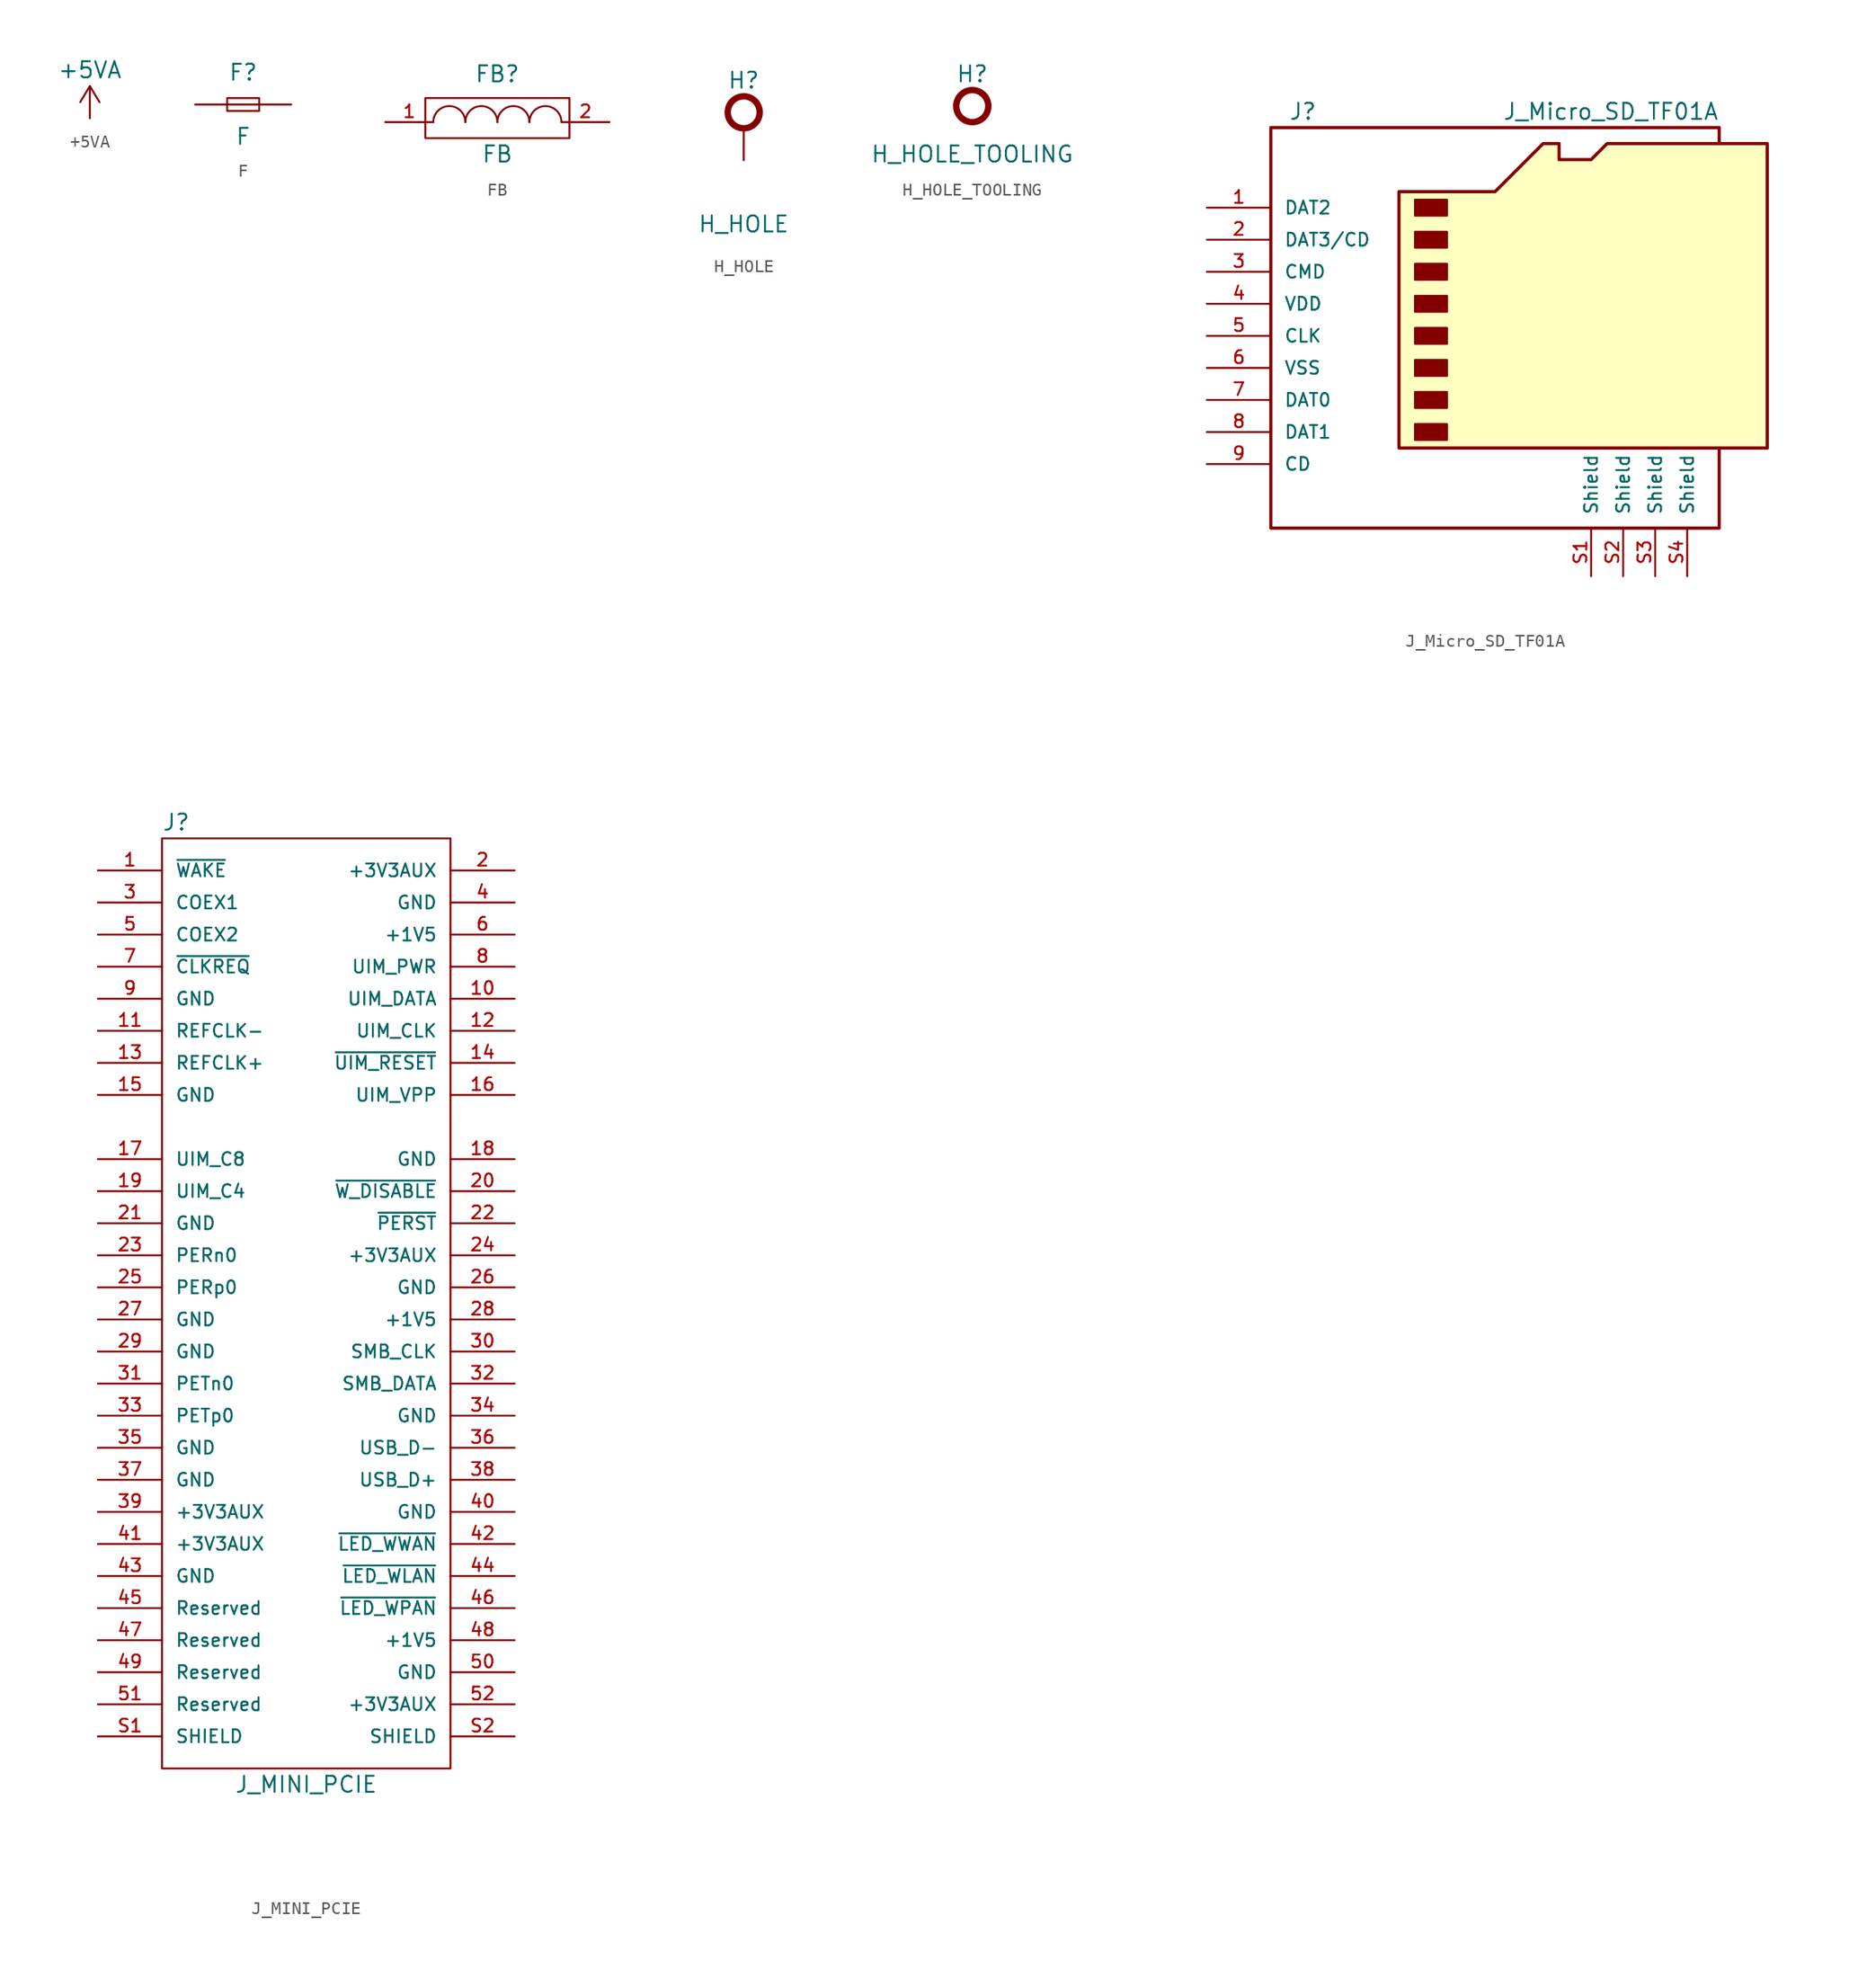
<source format=kicad_sym>
(kicad_symbol_lib
  (version 20211014)
  (generator kicad_symbol_editor)
  (symbol "+5VA"
    (power)
    (pin_names
      (offset 0))
    (property "Reference" "#PWR"
      (at 0 -2.54 0)
      (effects (font (size 1.27 1.27)) hide))
    (property "Value" "+5VA"
      (at 0 3.81 0)
      (effects (font (size 1.27 1.27))))
    (symbol "+5VA_1_1"
      (polyline (pts (xy -0.762 1.27) (xy 0 2.54)) (stroke (width 0) (type default) (color 0 0 0 0)) (fill (type none)))
      (polyline (pts (xy 0 0) (xy 0 2.54)) (stroke (width 0) (type default) (color 0 0 0 0)) (fill (type none)))
      (polyline (pts (xy 0 2.54) (xy 0.762 1.27)) (stroke (width 0) (type default) (color 0 0 0 0)) (fill (type none)))
      (pin power_in line (at 0 0 90) (length 0) hide (name "+5VA" (effects (font (size 1.27 1.27)))) (number "1" (effects (font (size 1.27 1.27)))))))
  (symbol "F"
    (pin_numbers hide)
    (pin_names
      (offset 1.016) hide)
    (property "Reference" "F"
      (at 0 2.54 0)
      (effects (font (size 1.27 1.27))))
    (property "Value" "F"
      (at 0 -2.54 0)
      (effects (font (size 1.27 1.27))))
    (symbol "F_1_1"
      (rectangle (start -1.27 0.508) (end 1.27 -0.508) (stroke (width 0) (type default) (color 0 0 0 0)) (fill (type none)))
      (polyline (pts (xy -1.27 0) (xy 1.27 0)) (stroke (width 0) (type default) (color 0 0 0 0)) (fill (type none)))
      (pin passive line (at -3.81 0 0) (length 2.54) (name "~" (effects (font (size 1.016 1.016)))) (number "1" (effects (font (size 1.016 1.016)))))
      (pin passive line (at 3.81 0 180) (length 2.54) (name "~" (effects (font (size 1.016 1.016)))) (number "2" (effects (font (size 1.016 1.016)))))))
  (symbol "FB"
    (pin_names
      (offset 1.016) hide)
    (property "Reference" "FB"
      (at 0 3.81 0)
      (effects (font (size 1.27 1.27))))
    (property "Value" "FB"
      (at 0 -2.54 0)
      (effects (font (size 1.27 1.27))))
    (symbol "FB_1_1"
      (rectangle (start -5.715 1.905) (end 5.715 -1.27) (stroke (width 0) (type default) (color 0 0 0 0)) (fill (type none)))
      (arc (start -2.54 0) (mid -3.81 1.27) (end -5.08 0) (stroke (width 0) (type default) (color 0 0 0 0)) (fill (type none)))
      (arc (start 0 0) (mid -1.27 1.27) (end -2.54 0) (stroke (width 0) (type default) (color 0 0 0 0)) (fill (type none)))
      (arc (start 0 0) (mid 0 0) (end 0 0) (stroke (width 0) (type default) (color 0 0 0 0)) (fill (type none)))
      (arc (start 2.54 0) (mid 1.27 1.27) (end 0 0) (stroke (width 0) (type default) (color 0 0 0 0)) (fill (type none)))
      (arc (start 5.08 0) (mid 3.81 1.27) (end 2.54 0) (stroke (width 0) (type default) (color 0 0 0 0)) (fill (type none)))
      (pin passive line (at -8.89 0 0) (length 3.81) (name "1" (effects (font (size 1.016 1.016)))) (number "1" (effects (font (size 1.016 1.016)))))
      (pin passive line (at 8.89 0 180) (length 3.81) (name "2" (effects (font (size 1.016 1.016)))) (number "2" (effects (font (size 1.016 1.016)))))))
  (symbol "H_HOLE"
    (pin_numbers hide)
    (pin_names
      (offset 1.016) hide)
    (property "Reference" "H"
      (at 0 2.54 0)
      (effects (font (size 1.27 1.27))))
    (property "Value" "H_HOLE"
      (at 0 -8.89 0)
      (effects (font (size 1.27 1.27))))
    (symbol "H_HOLE_1_1"
      (circle (center 0 0) (radius 1.27) (stroke (width 0.508) (type default) (color 0 0 0 0)) (fill (type none)))
      (pin passive line (at 0 -3.81 90) (length 2.54) (name "1" (effects (font (size 1.27 1.27)))) (number "1" (effects (font (size 1.27 1.27)))))))
  (symbol "H_HOLE_TOOLING"
    (pin_numbers hide)
    (pin_names
      (offset 1.016) hide)
    (property "Reference" "H"
      (at 0 2.54 0)
      (effects (font (size 1.27 1.27))))
    (property "Value" "H_HOLE_TOOLING"
      (at 0 -3.81 0)
      (effects (font (size 1.27 1.27))))
    (symbol "H_HOLE_TOOLING_1_1"
      (circle (center 0 0) (radius 1.27) (stroke (width 0.508) (type default) (color 0 0 0 0)) (fill (type none)))))
  (symbol "J_Micro_SD_TF01A"
    (pin_names
      (offset 1.016))
    (property "Reference" "J"
      (at -16.51 15.24 0)
      (effects (font (size 1.27 1.27))))
    (property "Value" "J_Micro_SD_TF01A"
      (at 16.51 15.24 0)
      (effects (font (size 1.27 1.27)) (justify right)))
    (symbol "J_Micro_SD_TF01A_0_1"
      (rectangle (start -7.62 -9.525) (end -5.08 -10.795) (stroke (width 0) (type default) (color 0 0 0 0)) (fill (type outline)))
      (rectangle (start -7.62 -6.985) (end -5.08 -8.255) (stroke (width 0) (type default) (color 0 0 0 0)) (fill (type outline)))
      (rectangle (start -7.62 -4.445) (end -5.08 -5.715) (stroke (width 0) (type default) (color 0 0 0 0)) (fill (type outline)))
      (rectangle (start -7.62 -1.905) (end -5.08 -3.175) (stroke (width 0) (type default) (color 0 0 0 0)) (fill (type outline)))
      (rectangle (start -7.62 0.635) (end -5.08 -0.635) (stroke (width 0) (type default) (color 0 0 0 0)) (fill (type outline)))
      (rectangle (start -7.62 3.175) (end -5.08 1.905) (stroke (width 0) (type default) (color 0 0 0 0)) (fill (type outline)))
      (rectangle (start -7.62 5.715) (end -5.08 4.445) (stroke (width 0) (type default) (color 0 0 0 0)) (fill (type outline)))
      (rectangle (start -7.62 8.255) (end -5.08 6.985) (stroke (width 0) (type default) (color 0 0 0 0)) (fill (type outline)))
      (polyline (pts (xy 16.51 12.7) (xy 16.51 13.97) (xy -19.05 13.97) (xy -19.05 -17.78) (xy 16.51 -17.78) (xy 16.51 -11.43)) (stroke (width 0.254) (type default) (color 0 0 0 0)) (fill (type none)))
      (polyline (pts (xy -8.89 -11.43) (xy -8.89 8.89) (xy -1.27 8.89) (xy 2.54 12.7) (xy 3.81 12.7) (xy 3.81 11.43) (xy 6.35 11.43) (xy 7.62 12.7) (xy 20.32 12.7) (xy 20.32 -11.43) (xy -8.89 -11.43)) (stroke (width 0.254) (type default) (color 0 0 0 0)) (fill (type background))))
    (symbol "J_Micro_SD_TF01A_1_1"
      (pin bidirectional line (at -24.13 7.62 0) (length 5.08) (name "DAT2" (effects (font (size 1.016 1.016)))) (number "1" (effects (font (size 1.016 1.016)))))
      (pin bidirectional line (at -24.13 5.08 0) (length 5.08) (name "DAT3/CD" (effects (font (size 1.016 1.016)))) (number "2" (effects (font (size 1.016 1.016)))))
      (pin input line (at -24.13 2.54 0) (length 5.08) (name "CMD" (effects (font (size 1.016 1.016)))) (number "3" (effects (font (size 1.016 1.016)))))
      (pin power_in line (at -24.13 0 0) (length 5.08) (name "VDD" (effects (font (size 1.016 1.016)))) (number "4" (effects (font (size 1.016 1.016)))))
      (pin input line (at -24.13 -2.54 0) (length 5.08) (name "CLK" (effects (font (size 1.016 1.016)))) (number "5" (effects (font (size 1.016 1.016)))))
      (pin power_in line (at -24.13 -5.08 0) (length 5.08) (name "VSS" (effects (font (size 1.016 1.016)))) (number "6" (effects (font (size 1.016 1.016)))))
      (pin bidirectional line (at -24.13 -7.62 0) (length 5.08) (name "DAT0" (effects (font (size 1.016 1.016)))) (number "7" (effects (font (size 1.016 1.016)))))
      (pin bidirectional line (at -24.13 -10.16 0) (length 5.08) (name "DAT1" (effects (font (size 1.016 1.016)))) (number "8" (effects (font (size 1.016 1.016)))))
      (pin output line (at -24.13 -12.7 0) (length 5.08) (name "CD" (effects (font (size 1.016 1.016)))) (number "9" (effects (font (size 1.016 1.016)))))
      (pin passive line (at 6.35 -21.59 90) (length 3.81) (name "Shield" (effects (font (size 1.016 1.016)))) (number "S1" (effects (font (size 1.016 1.016)))))
      (pin passive line (at 8.89 -21.59 90) (length 3.81) (name "Shield" (effects (font (size 1.016 1.016)))) (number "S2" (effects (font (size 1.016 1.016)))))
      (pin passive line (at 11.43 -21.59 90) (length 3.81) (name "Shield" (effects (font (size 1.016 1.016)))) (number "S3" (effects (font (size 1.016 1.016)))))
      (pin passive line (at 13.97 -21.59 90) (length 3.81) (name "Shield" (effects (font (size 1.016 1.016)))) (number "S4" (effects (font (size 1.016 1.016)))))))
  (symbol "J_MINI_PCIE"
    (pin_names
      (offset 1.016))
    (property "Reference" "J"
      (at -11.43 36.83 0)
      (effects (font (size 1.27 1.27)) (justify left)))
    (property "Value" "J_MINI_PCIE"
      (at 0 -39.37 0)
      (effects (font (size 1.27 1.27))))
    (symbol "J_MINI_PCIE_0_1"
      (rectangle (start -11.43 35.56) (end 11.43 -38.1) (stroke (width 0) (type default) (color 0 0 0 0)) (fill (type none))))
    (symbol "J_MINI_PCIE_1_1"
      (pin open_collector line (at -16.51 33.02 0) (length 5.08) (name "~{WAKE}" (effects (font (size 1.016 1.016)))) (number "1" (effects (font (size 1.016 1.016)))))
      (pin bidirectional line (at 16.51 22.86 180) (length 5.08) (name "UIM_DATA" (effects (font (size 1.016 1.016)))) (number "10" (effects (font (size 1.016 1.016)))))
      (pin input line (at -16.51 20.32 0) (length 5.08) (name "REFCLK-" (effects (font (size 1.016 1.016)))) (number "11" (effects (font (size 1.016 1.016)))))
      (pin output line (at 16.51 20.32 180) (length 5.08) (name "UIM_CLK" (effects (font (size 1.016 1.016)))) (number "12" (effects (font (size 1.016 1.016)))))
      (pin input line (at -16.51 17.78 0) (length 5.08) (name "REFCLK+" (effects (font (size 1.016 1.016)))) (number "13" (effects (font (size 1.016 1.016)))))
      (pin output line (at 16.51 17.78 180) (length 5.08) (name "~{UIM_RESET}" (effects (font (size 1.016 1.016)))) (number "14" (effects (font (size 1.016 1.016)))))
      (pin passive line (at -16.51 15.24 0) (length 5.08) (name "GND" (effects (font (size 1.016 1.016)))) (number "15" (effects (font (size 1.016 1.016)))))
      (pin power_out line (at 16.51 15.24 180) (length 5.08) (name "UIM_VPP" (effects (font (size 1.016 1.016)))) (number "16" (effects (font (size 1.016 1.016)))))
      (pin passive line (at -16.51 10.16 0) (length 5.08) (name "UIM_C8" (effects (font (size 1.016 1.016)))) (number "17" (effects (font (size 1.016 1.016)))))
      (pin passive line (at 16.51 10.16 180) (length 5.08) (name "GND" (effects (font (size 1.016 1.016)))) (number "18" (effects (font (size 1.016 1.016)))))
      (pin passive line (at -16.51 7.62 0) (length 5.08) (name "UIM_C4" (effects (font (size 1.016 1.016)))) (number "19" (effects (font (size 1.016 1.016)))))
      (pin power_in line (at 16.51 33.02 180) (length 5.08) (name "+3V3AUX" (effects (font (size 1.016 1.016)))) (number "2" (effects (font (size 1.016 1.016)))))
      (pin input line (at 16.51 7.62 180) (length 5.08) (name "~{W_DISABLE}" (effects (font (size 1.016 1.016)))) (number "20" (effects (font (size 1.016 1.016)))))
      (pin passive line (at -16.51 5.08 0) (length 5.08) (name "GND" (effects (font (size 1.016 1.016)))) (number "21" (effects (font (size 1.016 1.016)))))
      (pin input line (at 16.51 5.08 180) (length 5.08) (name "~{PERST}" (effects (font (size 1.016 1.016)))) (number "22" (effects (font (size 1.016 1.016)))))
      (pin output line (at -16.51 2.54 0) (length 5.08) (name "PERn0" (effects (font (size 1.016 1.016)))) (number "23" (effects (font (size 1.016 1.016)))))
      (pin power_in line (at 16.51 2.54 180) (length 5.08) (name "+3V3AUX" (effects (font (size 1.016 1.016)))) (number "24" (effects (font (size 1.016 1.016)))))
      (pin output line (at -16.51 0 0) (length 5.08) (name "PERp0" (effects (font (size 1.016 1.016)))) (number "25" (effects (font (size 1.016 1.016)))))
      (pin passive line (at 16.51 0 180) (length 5.08) (name "GND" (effects (font (size 1.016 1.016)))) (number "26" (effects (font (size 1.016 1.016)))))
      (pin passive line (at -16.51 -2.54 0) (length 5.08) (name "GND" (effects (font (size 1.016 1.016)))) (number "27" (effects (font (size 1.016 1.016)))))
      (pin power_in line (at 16.51 -2.54 180) (length 5.08) (name "+1V5" (effects (font (size 1.016 1.016)))) (number "28" (effects (font (size 1.016 1.016)))))
      (pin passive line (at -16.51 -5.08 0) (length 5.08) (name "GND" (effects (font (size 1.016 1.016)))) (number "29" (effects (font (size 1.016 1.016)))))
      (pin passive line (at -16.51 30.48 0) (length 5.08) (name "COEX1" (effects (font (size 1.016 1.016)))) (number "3" (effects (font (size 1.016 1.016)))))
      (pin input line (at 16.51 -5.08 180) (length 5.08) (name "SMB_CLK" (effects (font (size 1.016 1.016)))) (number "30" (effects (font (size 1.016 1.016)))))
      (pin input line (at -16.51 -7.62 0) (length 5.08) (name "PETn0" (effects (font (size 1.016 1.016)))) (number "31" (effects (font (size 1.016 1.016)))))
      (pin bidirectional line (at 16.51 -7.62 180) (length 5.08) (name "SMB_DATA" (effects (font (size 1.016 1.016)))) (number "32" (effects (font (size 1.016 1.016)))))
      (pin input line (at -16.51 -10.16 0) (length 5.08) (name "PETp0" (effects (font (size 1.016 1.016)))) (number "33" (effects (font (size 1.016 1.016)))))
      (pin passive line (at 16.51 -10.16 180) (length 5.08) (name "GND" (effects (font (size 1.016 1.016)))) (number "34" (effects (font (size 1.016 1.016)))))
      (pin passive line (at -16.51 -12.7 0) (length 5.08) (name "GND" (effects (font (size 1.016 1.016)))) (number "35" (effects (font (size 1.016 1.016)))))
      (pin bidirectional line (at 16.51 -12.7 180) (length 5.08) (name "USB_D-" (effects (font (size 1.016 1.016)))) (number "36" (effects (font (size 1.016 1.016)))))
      (pin passive line (at -16.51 -15.24 0) (length 5.08) (name "GND" (effects (font (size 1.016 1.016)))) (number "37" (effects (font (size 1.016 1.016)))))
      (pin bidirectional line (at 16.51 -15.24 180) (length 5.08) (name "USB_D+" (effects (font (size 1.016 1.016)))) (number "38" (effects (font (size 1.016 1.016)))))
      (pin power_in line (at -16.51 -17.78 0) (length 5.08) (name "+3V3AUX" (effects (font (size 1.016 1.016)))) (number "39" (effects (font (size 1.016 1.016)))))
      (pin power_in line (at 16.51 30.48 180) (length 5.08) (name "GND" (effects (font (size 1.016 1.016)))) (number "4" (effects (font (size 1.016 1.016)))))
      (pin passive line (at 16.51 -17.78 180) (length 5.08) (name "GND" (effects (font (size 1.016 1.016)))) (number "40" (effects (font (size 1.016 1.016)))))
      (pin power_in line (at -16.51 -20.32 0) (length 5.08) (name "+3V3AUX" (effects (font (size 1.016 1.016)))) (number "41" (effects (font (size 1.016 1.016)))))
      (pin open_collector line (at 16.51 -20.32 180) (length 5.08) (name "~{LED_WWAN}" (effects (font (size 1.016 1.016)))) (number "42" (effects (font (size 1.016 1.016)))))
      (pin passive line (at -16.51 -22.86 0) (length 5.08) (name "GND" (effects (font (size 1.016 1.016)))) (number "43" (effects (font (size 1.016 1.016)))))
      (pin open_collector line (at 16.51 -22.86 180) (length 5.08) (name "~{LED_WLAN}" (effects (font (size 1.016 1.016)))) (number "44" (effects (font (size 1.016 1.016)))))
      (pin passive line (at -16.51 -25.4 0) (length 5.08) (name "Reserved" (effects (font (size 1.016 1.016)))) (number "45" (effects (font (size 1.016 1.016)))))
      (pin open_collector line (at 16.51 -25.4 180) (length 5.08) (name "~{LED_WPAN}" (effects (font (size 1.016 1.016)))) (number "46" (effects (font (size 1.016 1.016)))))
      (pin passive line (at -16.51 -27.94 0) (length 5.08) (name "Reserved" (effects (font (size 1.016 1.016)))) (number "47" (effects (font (size 1.016 1.016)))))
      (pin power_in line (at 16.51 -27.94 180) (length 5.08) (name "+1V5" (effects (font (size 1.016 1.016)))) (number "48" (effects (font (size 1.016 1.016)))))
      (pin passive line (at -16.51 -30.48 0) (length 5.08) (name "Reserved" (effects (font (size 1.016 1.016)))) (number "49" (effects (font (size 1.016 1.016)))))
      (pin passive line (at -16.51 27.94 0) (length 5.08) (name "COEX2" (effects (font (size 1.016 1.016)))) (number "5" (effects (font (size 1.016 1.016)))))
      (pin passive line (at 16.51 -30.48 180) (length 5.08) (name "GND" (effects (font (size 1.016 1.016)))) (number "50" (effects (font (size 1.016 1.016)))))
      (pin passive line (at -16.51 -33.02 0) (length 5.08) (name "Reserved" (effects (font (size 1.016 1.016)))) (number "51" (effects (font (size 1.016 1.016)))))
      (pin power_in line (at 16.51 -33.02 180) (length 5.08) (name "+3V3AUX" (effects (font (size 1.016 1.016)))) (number "52" (effects (font (size 1.016 1.016)))))
      (pin power_in line (at 16.51 27.94 180) (length 5.08) (name "+1V5" (effects (font (size 1.016 1.016)))) (number "6" (effects (font (size 1.016 1.016)))))
      (pin open_collector line (at -16.51 25.4 0) (length 5.08) (name "~{CLKREQ}" (effects (font (size 1.016 1.016)))) (number "7" (effects (font (size 1.016 1.016)))))
      (pin power_out line (at 16.51 25.4 180) (length 5.08) (name "UIM_PWR" (effects (font (size 1.016 1.016)))) (number "8" (effects (font (size 1.016 1.016)))))
      (pin passive line (at -16.51 22.86 0) (length 5.08) (name "GND" (effects (font (size 1.016 1.016)))) (number "9" (effects (font (size 1.016 1.016)))))
      (pin passive line (at -16.51 -35.56 0) (length 5.08) (name "SHIELD" (effects (font (size 1.016 1.016)))) (number "S1" (effects (font (size 1.016 1.016)))))
      (pin passive line (at 16.51 -35.56 180) (length 5.08) (name "SHIELD" (effects (font (size 1.016 1.016)))) (number "S2" (effects (font (size 1.016 1.016))))))))
</source>
